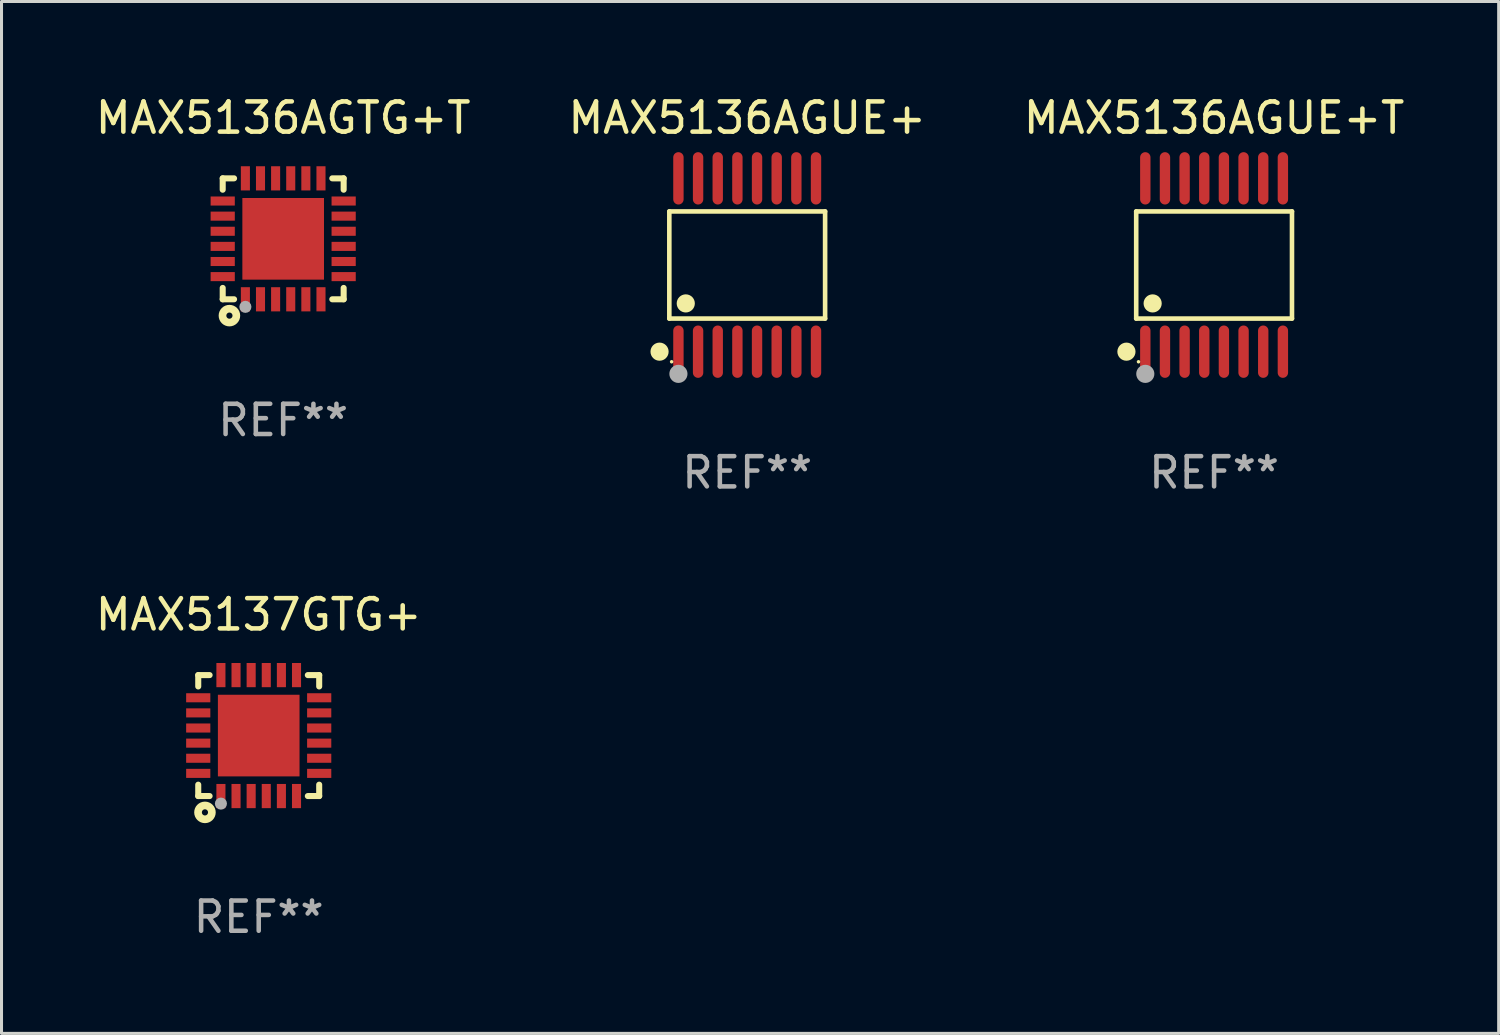
<source format=kicad_pcb>
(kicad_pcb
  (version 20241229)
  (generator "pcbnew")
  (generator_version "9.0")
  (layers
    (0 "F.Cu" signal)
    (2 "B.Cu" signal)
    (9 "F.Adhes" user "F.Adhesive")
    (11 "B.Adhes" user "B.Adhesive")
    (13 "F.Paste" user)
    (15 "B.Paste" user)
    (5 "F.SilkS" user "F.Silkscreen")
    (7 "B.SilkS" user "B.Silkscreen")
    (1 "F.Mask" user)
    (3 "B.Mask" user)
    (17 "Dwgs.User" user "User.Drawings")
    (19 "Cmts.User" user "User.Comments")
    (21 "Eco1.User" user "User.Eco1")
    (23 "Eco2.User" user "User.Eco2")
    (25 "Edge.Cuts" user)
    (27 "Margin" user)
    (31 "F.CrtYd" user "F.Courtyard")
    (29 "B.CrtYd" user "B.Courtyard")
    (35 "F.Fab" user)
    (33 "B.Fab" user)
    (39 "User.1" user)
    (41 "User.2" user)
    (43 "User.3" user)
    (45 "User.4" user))
  (footprint "MAX5137GTG+"
    (layer "F.Cu")
    (at 5.506 21.276)
    (property "Reference" "MAX5137GTG+" (at 0 -4 0) (layer "F.SilkS") (effects (font (size 1 1) (thickness 0.15))))
    (attr through_hole)
    (fp_line (start -2 -2) (end -1.624 -2) (stroke (width 0.2) (type solid)) (layer "F.SilkS"))
    (fp_line (start -2 -1.624) (end -2 -2) (stroke (width 0.2) (type solid)) (layer "F.SilkS"))
    (fp_line (start -2 2) (end -2 1.624) (stroke (width 0.2) (type solid)) (layer "F.SilkS"))
    (fp_line (start -2 2) (end -1.624 2) (stroke (width 0.2) (type solid)) (layer "F.SilkS"))
    (fp_line (start 1.624 -2) (end 2 -2) (stroke (width 0.2) (type solid)) (layer "F.SilkS"))
    (fp_line (start 1.624 2) (end 2 2) (stroke (width 0.2) (type solid)) (layer "F.SilkS"))
    (fp_line (start 2 -2) (end 2 -1.624) (stroke (width 0.2) (type solid)) (layer "F.SilkS"))
    (fp_line (start 2 1.624) (end 2 2) (stroke (width 0.2) (type solid)) (layer "F.SilkS"))
    (fp_circle (center -2 2) (end -1.97 2) (stroke (width 0.06) (type solid)) (fill no) (layer "F.SilkS"))
    (fp_circle (center -1.778 2.54) (end -1.676 2.54) (stroke (width 0.254) (type solid)) (fill no) (layer "F.SilkS"))
    (fp_circle (center -1.25 2.25) (end -1.15 2.25) (stroke (width 0.2) (type solid)) (fill no) (layer "F.Fab"))
    (fp_text user "REF**" (at 0 6 0) (layer "F.Fab") (effects (font (size 1 1) (thickness 0.15))))
    (pad "1" smd rect (at -1.25 2) (size 0.3 0.8) (layers "F.Cu" "F.Mask" "F.Paste"))
    (pad "2" smd rect (at -0.75 2) (size 0.3 0.8) (layers "F.Cu" "F.Mask" "F.Paste"))
    (pad "3" smd rect (at -0.25 2) (size 0.3 0.8) (layers "F.Cu" "F.Mask" "F.Paste"))
    (pad "4" smd rect (at 0.25 2) (size 0.3 0.8) (layers "F.Cu" "F.Mask" "F.Paste"))
    (pad "5" smd rect (at 0.75 2) (size 0.3 0.8) (layers "F.Cu" "F.Mask" "F.Paste"))
    (pad "6" smd rect (at 1.25 2) (size 0.3 0.8) (layers "F.Cu" "F.Mask" "F.Paste"))
    (pad "7" smd rect (at 2 1.25 90) (size 0.3 0.8) (layers "F.Cu" "F.Mask" "F.Paste"))
    (pad "8" smd rect (at 2 0.75 90) (size 0.3 0.8) (layers "F.Cu" "F.Mask" "F.Paste"))
    (pad "9" smd rect (at 2 0.25 90) (size 0.3 0.8) (layers "F.Cu" "F.Mask" "F.Paste"))
    (pad "10" smd rect (at 2 -0.25 90) (size 0.3 0.8) (layers "F.Cu" "F.Mask" "F.Paste"))
    (pad "11" smd rect (at 2 -0.75 90) (size 0.3 0.8) (layers "F.Cu" "F.Mask" "F.Paste"))
    (pad "12" smd rect (at 2 -1.25 90) (size 0.3 0.8) (layers "F.Cu" "F.Mask" "F.Paste"))
    (pad "13" smd rect (at 1.25 -2 180) (size 0.3 0.8) (layers "F.Cu" "F.Mask" "F.Paste"))
    (pad "14" smd rect (at 0.75 -2 180) (size 0.3 0.8) (layers "F.Cu" "F.Mask" "F.Paste"))
    (pad "15" smd rect (at 0.25 -2 180) (size 0.3 0.8) (layers "F.Cu" "F.Mask" "F.Paste"))
    (pad "16" smd rect (at -0.25 -2 180) (size 0.3 0.8) (layers "F.Cu" "F.Mask" "F.Paste"))
    (pad "17" smd rect (at -0.75 -2 180) (size 0.3 0.8) (layers "F.Cu" "F.Mask" "F.Paste"))
    (pad "18" smd rect (at -1.25 -2 180) (size 0.3 0.8) (layers "F.Cu" "F.Mask" "F.Paste"))
    (pad "19" smd rect (at -2 -1.25 270) (size 0.3 0.8) (layers "F.Cu" "F.Mask" "F.Paste"))
    (pad "20" smd rect (at -2 -0.75 270) (size 0.3 0.8) (layers "F.Cu" "F.Mask" "F.Paste"))
    (pad "21" smd rect (at -2 -0.25 270) (size 0.3 0.8) (layers "F.Cu" "F.Mask" "F.Paste"))
    (pad "22" smd rect (at -2 0.25 270) (size 0.3 0.8) (layers "F.Cu" "F.Mask" "F.Paste"))
    (pad "23" smd rect (at -2 0.75 270) (size 0.3 0.8) (layers "F.Cu" "F.Mask" "F.Paste"))
    (pad "24" smd rect (at -2 1.25 270) (size 0.3 0.8) (layers "F.Cu" "F.Mask" "F.Paste"))
    (pad "25" smd rect (at 0 0) (size 2.7 2.7) (layers "F.Cu" "F.Mask" "F.Paste")))
  (footprint "MAX5136AGUE+T"
    (layer "F.Cu")
    (at 37.101 5.714)
    (property "Reference" "MAX5136AGUE+T" (at 0 -4.866 0) (layer "F.SilkS") (effects (font (size 1 1) (thickness 0.15))))
    (attr through_hole)
    (fp_line (start -2.576 -1.772) (end 2.576 -1.772) (stroke (width 0.152) (type solid)) (layer "F.SilkS"))
    (fp_line (start -2.576 1.771) (end -2.576 -1.772) (stroke (width 0.152) (type solid)) (layer "F.SilkS"))
    (fp_line (start 2.576 -1.772) (end 2.576 1.771) (stroke (width 0.152) (type solid)) (layer "F.SilkS"))
    (fp_line (start 2.576 1.771) (end -2.576 1.771) (stroke (width 0.152) (type solid)) (layer "F.SilkS"))
    (fp_circle (center -2.899 2.866) (end -2.749 2.866) (stroke (width 0.3) (type solid)) (fill no) (layer "F.SilkS"))
    (fp_circle (center -2.5 3.2) (end -2.47 3.2) (stroke (width 0.06) (type solid)) (fill no) (layer "F.SilkS"))
    (fp_circle (center -2.032 1.27) (end -1.882 1.27) (stroke (width 0.3) (type solid)) (fill no) (layer "F.SilkS"))
    (fp_circle (center -2.275 3.6) (end -2.125 3.6) (stroke (width 0.3) (type solid)) (fill no) (layer "F.Fab"))
    (fp_text user "REF**" (at 0 6.866 0) (layer "F.Fab") (effects (font (size 1 1) (thickness 0.15))))
    (pad "1" smd oval (at -2.275 2.866) (size 0.343 1.731) (layers "F.Cu" "F.Mask" "F.Paste"))
    (pad "2" smd oval (at -1.625 2.866) (size 0.343 1.731) (layers "F.Cu" "F.Mask" "F.Paste"))
    (pad "3" smd oval (at -0.975 2.866) (size 0.343 1.731) (layers "F.Cu" "F.Mask" "F.Paste"))
    (pad "4" smd oval (at -0.325 2.866) (size 0.343 1.731) (layers "F.Cu" "F.Mask" "F.Paste"))
    (pad "5" smd oval (at 0.325 2.866) (size 0.343 1.731) (layers "F.Cu" "F.Mask" "F.Paste"))
    (pad "6" smd oval (at 0.975 2.866) (size 0.343 1.731) (layers "F.Cu" "F.Mask" "F.Paste"))
    (pad "7" smd oval (at 1.625 2.866) (size 0.343 1.731) (layers "F.Cu" "F.Mask" "F.Paste"))
    (pad "8" smd oval (at 2.275 2.866) (size 0.343 1.731) (layers "F.Cu" "F.Mask" "F.Paste"))
    (pad "9" smd oval (at 2.275 -2.866) (size 0.343 1.731) (layers "F.Cu" "F.Mask" "F.Paste"))
    (pad "10" smd oval (at 1.625 -2.866) (size 0.343 1.731) (layers "F.Cu" "F.Mask" "F.Paste"))
    (pad "11" smd oval (at 0.975 -2.866) (size 0.343 1.731) (layers "F.Cu" "F.Mask" "F.Paste"))
    (pad "12" smd oval (at 0.325 -2.866) (size 0.343 1.731) (layers "F.Cu" "F.Mask" "F.Paste"))
    (pad "13" smd oval (at -0.325 -2.866) (size 0.343 1.731) (layers "F.Cu" "F.Mask" "F.Paste"))
    (pad "14" smd oval (at -0.975 -2.866) (size 0.343 1.731) (layers "F.Cu" "F.Mask" "F.Paste"))
    (pad "15" smd oval (at -1.625 -2.866) (size 0.343 1.731) (layers "F.Cu" "F.Mask" "F.Paste"))
    (pad "16" smd oval (at -2.275 -2.866) (size 0.343 1.731) (layers "F.Cu" "F.Mask" "F.Paste")))
  (footprint "MAX5136AGTG+T"
    (layer "F.Cu")
    (at 6.315 4.848)
    (property "Reference" "MAX5136AGTG+T" (at 0 -4 0) (layer "F.SilkS") (effects (font (size 1 1) (thickness 0.15))))
    (attr through_hole)
    (fp_line (start -2 -2) (end -1.624 -2) (stroke (width 0.2) (type solid)) (layer "F.SilkS"))
    (fp_line (start -2 -1.624) (end -2 -2) (stroke (width 0.2) (type solid)) (layer "F.SilkS"))
    (fp_line (start -2 2) (end -2 1.624) (stroke (width 0.2) (type solid)) (layer "F.SilkS"))
    (fp_line (start -2 2) (end -1.624 2) (stroke (width 0.2) (type solid)) (layer "F.SilkS"))
    (fp_line (start 1.624 -2) (end 2 -2) (stroke (width 0.2) (type solid)) (layer "F.SilkS"))
    (fp_line (start 1.624 2) (end 2 2) (stroke (width 0.2) (type solid)) (layer "F.SilkS"))
    (fp_line (start 2 -2) (end 2 -1.624) (stroke (width 0.2) (type solid)) (layer "F.SilkS"))
    (fp_line (start 2 1.624) (end 2 2) (stroke (width 0.2) (type solid)) (layer "F.SilkS"))
    (fp_circle (center -2 2) (end -1.97 2) (stroke (width 0.06) (type solid)) (fill no) (layer "F.SilkS"))
    (fp_circle (center -1.778 2.54) (end -1.676 2.54) (stroke (width 0.254) (type solid)) (fill no) (layer "F.SilkS"))
    (fp_circle (center -1.25 2.25) (end -1.15 2.25) (stroke (width 0.2) (type solid)) (fill no) (layer "F.Fab"))
    (fp_text user "REF**" (at 0 6 0) (layer "F.Fab") (effects (font (size 1 1) (thickness 0.15))))
    (pad "1" smd rect (at -1.25 2) (size 0.3 0.8) (layers "F.Cu" "F.Mask" "F.Paste"))
    (pad "2" smd rect (at -0.75 2) (size 0.3 0.8) (layers "F.Cu" "F.Mask" "F.Paste"))
    (pad "3" smd rect (at -0.25 2) (size 0.3 0.8) (layers "F.Cu" "F.Mask" "F.Paste"))
    (pad "4" smd rect (at 0.25 2) (size 0.3 0.8) (layers "F.Cu" "F.Mask" "F.Paste"))
    (pad "5" smd rect (at 0.75 2) (size 0.3 0.8) (layers "F.Cu" "F.Mask" "F.Paste"))
    (pad "6" smd rect (at 1.25 2) (size 0.3 0.8) (layers "F.Cu" "F.Mask" "F.Paste"))
    (pad "7" smd rect (at 2 1.25 90) (size 0.3 0.8) (layers "F.Cu" "F.Mask" "F.Paste"))
    (pad "8" smd rect (at 2 0.75 90) (size 0.3 0.8) (layers "F.Cu" "F.Mask" "F.Paste"))
    (pad "9" smd rect (at 2 0.25 90) (size 0.3 0.8) (layers "F.Cu" "F.Mask" "F.Paste"))
    (pad "10" smd rect (at 2 -0.25 90) (size 0.3 0.8) (layers "F.Cu" "F.Mask" "F.Paste"))
    (pad "11" smd rect (at 2 -0.75 90) (size 0.3 0.8) (layers "F.Cu" "F.Mask" "F.Paste"))
    (pad "12" smd rect (at 2 -1.25 90) (size 0.3 0.8) (layers "F.Cu" "F.Mask" "F.Paste"))
    (pad "13" smd rect (at 1.25 -2 180) (size 0.3 0.8) (layers "F.Cu" "F.Mask" "F.Paste"))
    (pad "14" smd rect (at 0.75 -2 180) (size 0.3 0.8) (layers "F.Cu" "F.Mask" "F.Paste"))
    (pad "15" smd rect (at 0.25 -2 180) (size 0.3 0.8) (layers "F.Cu" "F.Mask" "F.Paste"))
    (pad "16" smd rect (at -0.25 -2 180) (size 0.3 0.8) (layers "F.Cu" "F.Mask" "F.Paste"))
    (pad "17" smd rect (at -0.75 -2 180) (size 0.3 0.8) (layers "F.Cu" "F.Mask" "F.Paste"))
    (pad "18" smd rect (at -1.25 -2 180) (size 0.3 0.8) (layers "F.Cu" "F.Mask" "F.Paste"))
    (pad "19" smd rect (at -2 -1.25 270) (size 0.3 0.8) (layers "F.Cu" "F.Mask" "F.Paste"))
    (pad "20" smd rect (at -2 -0.75 270) (size 0.3 0.8) (layers "F.Cu" "F.Mask" "F.Paste"))
    (pad "21" smd rect (at -2 -0.25 270) (size 0.3 0.8) (layers "F.Cu" "F.Mask" "F.Paste"))
    (pad "22" smd rect (at -2 0.25 270) (size 0.3 0.8) (layers "F.Cu" "F.Mask" "F.Paste"))
    (pad "23" smd rect (at -2 0.75 270) (size 0.3 0.8) (layers "F.Cu" "F.Mask" "F.Paste"))
    (pad "24" smd rect (at -2 1.25 270) (size 0.3 0.8) (layers "F.Cu" "F.Mask" "F.Paste"))
    (pad "25" smd rect (at 0 0) (size 2.7 2.7) (layers "F.Cu" "F.Mask" "F.Paste")))
  (footprint "MAX5136AGUE+"
    (layer "F.Cu")
    (at 21.661 5.714)
    (property "Reference" "MAX5136AGUE+" (at 0 -4.866 0) (layer "F.SilkS") (effects (font (size 1 1) (thickness 0.15))))
    (attr through_hole)
    (fp_line (start -2.576 -1.772) (end 2.576 -1.772) (stroke (width 0.152) (type solid)) (layer "F.SilkS"))
    (fp_line (start -2.576 1.771) (end -2.576 -1.772) (stroke (width 0.152) (type solid)) (layer "F.SilkS"))
    (fp_line (start 2.576 -1.772) (end 2.576 1.771) (stroke (width 0.152) (type solid)) (layer "F.SilkS"))
    (fp_line (start 2.576 1.771) (end -2.576 1.771) (stroke (width 0.152) (type solid)) (layer "F.SilkS"))
    (fp_circle (center -2.899 2.866) (end -2.749 2.866) (stroke (width 0.3) (type solid)) (fill no) (layer "F.SilkS"))
    (fp_circle (center -2.5 3.2) (end -2.47 3.2) (stroke (width 0.06) (type solid)) (fill no) (layer "F.SilkS"))
    (fp_circle (center -2.032 1.27) (end -1.882 1.27) (stroke (width 0.3) (type solid)) (fill no) (layer "F.SilkS"))
    (fp_circle (center -2.275 3.6) (end -2.125 3.6) (stroke (width 0.3) (type solid)) (fill no) (layer "F.Fab"))
    (fp_text user "REF**" (at 0 6.866 0) (layer "F.Fab") (effects (font (size 1 1) (thickness 0.15))))
    (pad "1" smd oval (at -2.275 2.866) (size 0.343 1.731) (layers "F.Cu" "F.Mask" "F.Paste"))
    (pad "2" smd oval (at -1.625 2.866) (size 0.343 1.731) (layers "F.Cu" "F.Mask" "F.Paste"))
    (pad "3" smd oval (at -0.975 2.866) (size 0.343 1.731) (layers "F.Cu" "F.Mask" "F.Paste"))
    (pad "4" smd oval (at -0.325 2.866) (size 0.343 1.731) (layers "F.Cu" "F.Mask" "F.Paste"))
    (pad "5" smd oval (at 0.325 2.866) (size 0.343 1.731) (layers "F.Cu" "F.Mask" "F.Paste"))
    (pad "6" smd oval (at 0.975 2.866) (size 0.343 1.731) (layers "F.Cu" "F.Mask" "F.Paste"))
    (pad "7" smd oval (at 1.625 2.866) (size 0.343 1.731) (layers "F.Cu" "F.Mask" "F.Paste"))
    (pad "8" smd oval (at 2.275 2.866) (size 0.343 1.731) (layers "F.Cu" "F.Mask" "F.Paste"))
    (pad "9" smd oval (at 2.275 -2.866) (size 0.343 1.731) (layers "F.Cu" "F.Mask" "F.Paste"))
    (pad "10" smd oval (at 1.625 -2.866) (size 0.343 1.731) (layers "F.Cu" "F.Mask" "F.Paste"))
    (pad "11" smd oval (at 0.975 -2.866) (size 0.343 1.731) (layers "F.Cu" "F.Mask" "F.Paste"))
    (pad "12" smd oval (at 0.325 -2.866) (size 0.343 1.731) (layers "F.Cu" "F.Mask" "F.Paste"))
    (pad "13" smd oval (at -0.325 -2.866) (size 0.343 1.731) (layers "F.Cu" "F.Mask" "F.Paste"))
    (pad "14" smd oval (at -0.975 -2.866) (size 0.343 1.731) (layers "F.Cu" "F.Mask" "F.Paste"))
    (pad "15" smd oval (at -1.625 -2.866) (size 0.343 1.731) (layers "F.Cu" "F.Mask" "F.Paste"))
    (pad "16" smd oval (at -2.275 -2.866) (size 0.343 1.731) (layers "F.Cu" "F.Mask" "F.Paste")))
  (gr_rect
    (start -3 -3)
    (end 46.512 31.125)
    (stroke (width 0.1) (type default))
    (fill no)
    (layer "Edge.Cuts")))
</source>
